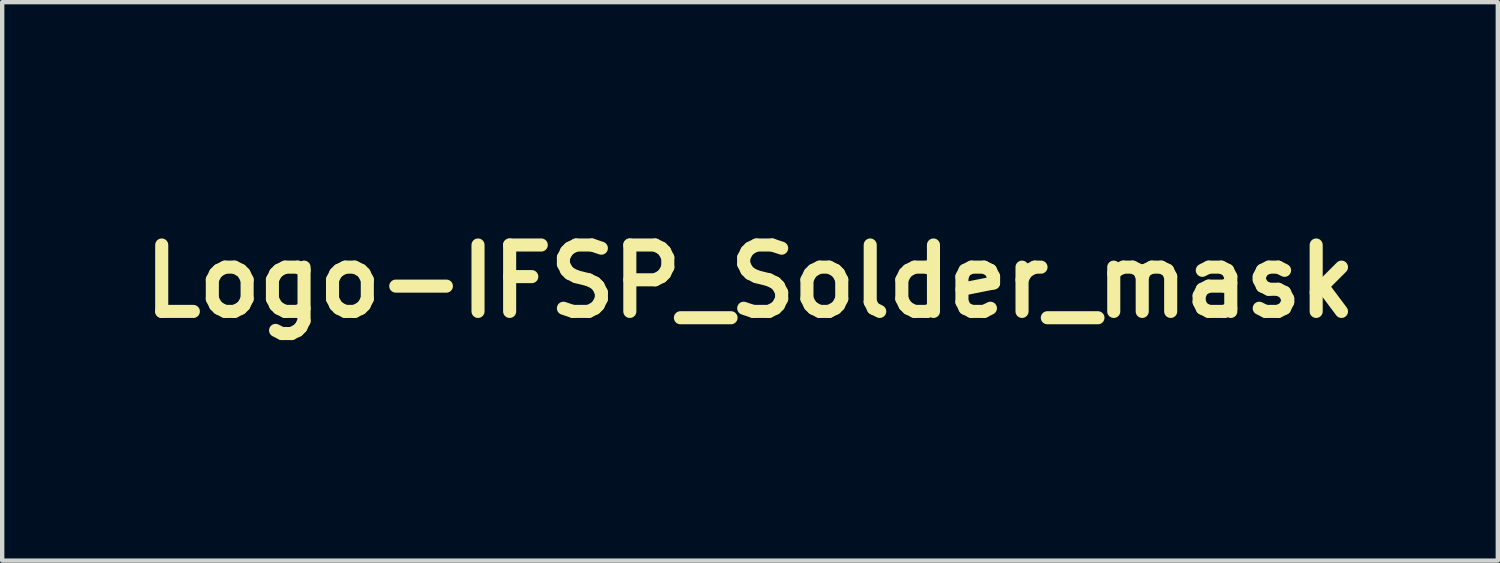
<source format=kicad_pcb>
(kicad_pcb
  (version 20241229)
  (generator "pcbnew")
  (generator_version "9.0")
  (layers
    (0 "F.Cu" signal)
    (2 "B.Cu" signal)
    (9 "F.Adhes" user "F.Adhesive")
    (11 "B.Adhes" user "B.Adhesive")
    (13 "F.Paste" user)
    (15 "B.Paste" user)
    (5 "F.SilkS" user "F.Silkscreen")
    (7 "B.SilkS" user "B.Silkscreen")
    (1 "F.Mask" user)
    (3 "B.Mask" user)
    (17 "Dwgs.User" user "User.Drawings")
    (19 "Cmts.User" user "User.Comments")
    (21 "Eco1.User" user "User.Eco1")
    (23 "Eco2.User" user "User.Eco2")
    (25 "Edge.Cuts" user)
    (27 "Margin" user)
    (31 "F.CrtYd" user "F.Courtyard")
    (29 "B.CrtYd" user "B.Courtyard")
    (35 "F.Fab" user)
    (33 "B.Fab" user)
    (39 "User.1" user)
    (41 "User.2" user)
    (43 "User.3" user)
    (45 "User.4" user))
  (footprint "Logo-IFSP_Solder_mask"
    (layer "F.Cu")
    (at 14.159 3.406)
    (property "Reference" "Logo-IFSP_Solder_mask" (at 0 0 0) (layer "F.SilkS") (effects (font (size 1.524 1.524) (thickness 0.3))))
    (attr through_hole)
    (fp_poly (pts (xy -1.732 -3.401) (xy -1.706 -3.4) (xy -1.681 -3.399) (xy -1.658 -3.397) (xy -1.638 -3.395) (xy -1.631 -3.394) (xy -1.568 -3.382) (xy -1.508 -3.365) (xy -1.449 -3.343) (xy -1.393 -3.317) (xy -1.338 -3.287) (xy -1.287 -3.252) (xy -1.238 -3.212) (xy -1.203 -3.18) (xy -1.158 -3.133) (xy -1.118 -3.084) (xy -1.083 -3.033) (xy -1.052 -2.979) (xy -1.025 -2.923) (xy -1.003 -2.864) (xy -0.985 -2.802) (xy -0.971 -2.738) (xy -0.967 -2.715) (xy -0.965 -2.696) (xy -0.963 -2.674) (xy -0.962 -2.648) (xy -0.961 -2.622) (xy -0.961 -2.594) (xy -0.962 -2.567) (xy -0.963 -2.542) (xy -0.964 -2.519) (xy -0.966 -2.501) (xy -0.966 -2.5) (xy -0.978 -2.434) (xy -0.994 -2.371) (xy -1.014 -2.311) (xy -1.039 -2.253) (xy -1.069 -2.197) (xy -1.102 -2.144) (xy -1.14 -2.094) (xy -1.182 -2.047) (xy -1.194 -2.035) (xy -1.241 -1.991) (xy -1.29 -1.952) (xy -1.342 -1.918) (xy -1.396 -1.888) (xy -1.453 -1.862) (xy -1.511 -1.841) (xy -1.571 -1.825) (xy -1.633 -1.813) (xy -1.697 -1.806) (xy -1.701 -1.806) (xy -1.719 -1.805) (xy -1.734 -1.804) (xy -1.748 -1.804) (xy -1.76 -1.804) (xy -1.774 -1.805) (xy -1.791 -1.806) (xy -1.798 -1.806) (xy -1.86 -1.813) (xy -1.922 -1.824) (xy -1.982 -1.841) (xy -2.04 -1.861) (xy -2.096 -1.887) (xy -2.149 -1.916) (xy -2.201 -1.95) (xy -2.25 -1.988) (xy -2.295 -2.03) (xy -2.338 -2.076) (xy -2.378 -2.125) (xy -2.402 -2.16) (xy -2.416 -2.181) (xy -2.43 -2.206) (xy -2.444 -2.232) (xy -2.457 -2.258) (xy -2.469 -2.282) (xy -2.473 -2.292) (xy -2.495 -2.352) (xy -2.512 -2.413) (xy -2.524 -2.474) (xy -2.532 -2.537) (xy -2.534 -2.599) (xy -2.532 -2.661) (xy -2.526 -2.724) (xy -2.514 -2.785) (xy -2.497 -2.846) (xy -2.476 -2.905) (xy -2.456 -2.951) (xy -2.426 -3.008) (xy -2.392 -3.061) (xy -2.355 -3.112) (xy -2.313 -3.159) (xy -2.268 -3.203) (xy -2.22 -3.242) (xy -2.177 -3.273) (xy -2.123 -3.306) (xy -2.067 -3.334) (xy -2.009 -3.357) (xy -1.95 -3.375) (xy -1.889 -3.389) (xy -1.826 -3.398) (xy -1.823 -3.399) (xy -1.805 -3.4) (xy -1.783 -3.401) (xy -1.758 -3.401) (xy -1.732 -3.401)) (stroke (width 0.01) (type solid)) (fill yes) (layer "F.Mask"))
    (fp_poly (pts (xy 1.536 0.038) (xy 1.593 0.039) (xy 1.655 0.039) (xy 1.722 0.039) (xy 1.737 0.039) (xy 1.798 0.039) (xy 1.854 0.039) (xy 1.905 0.039) (xy 1.952 0.039) (xy 1.994 0.039) (xy 2.033 0.039) (xy 2.067 0.039) (xy 2.098 0.04) (xy 2.126 0.04) (xy 2.151 0.04) (xy 2.173 0.04) (xy 2.192 0.041) (xy 2.209 0.041) (xy 2.223 0.041) (xy 2.236 0.042) (xy 2.246 0.042) (xy 2.255 0.043) (xy 2.263 0.044) (xy 2.27 0.045) (xy 2.275 0.045) (xy 2.28 0.046) (xy 2.284 0.048) (xy 2.289 0.049) (xy 2.293 0.05) (xy 2.297 0.052) (xy 2.301 0.053) (xy 2.305 0.054) (xy 2.339 0.068) (xy 2.371 0.087) (xy 2.402 0.11) (xy 2.43 0.136) (xy 2.456 0.167) (xy 2.478 0.2) (xy 2.493 0.225) (xy 2.505 0.253) (xy 2.516 0.283) (xy 2.525 0.314) (xy 2.528 0.326) (xy 2.534 0.352) (xy 2.534 1.355) (xy 2.528 1.381) (xy 2.516 1.425) (xy 2.501 1.466) (xy 2.481 1.503) (xy 2.458 1.538) (xy 2.431 1.569) (xy 2.426 1.575) (xy 2.396 1.602) (xy 2.364 1.625) (xy 2.331 1.642) (xy 2.296 1.656) (xy 2.259 1.664) (xy 2.253 1.665) (xy 2.247 1.666) (xy 2.237 1.666) (xy 2.222 1.666) (xy 2.203 1.667) (xy 2.18 1.667) (xy 2.154 1.667) (xy 2.124 1.668) (xy 2.091 1.668) (xy 2.056 1.668) (xy 2.018 1.668) (xy 1.979 1.669) (xy 1.937 1.669) (xy 1.894 1.669) (xy 1.85 1.669) (xy 1.805 1.669) (xy 1.759 1.669) (xy 1.713 1.669) (xy 1.667 1.669) (xy 1.622 1.669) (xy 1.577 1.669) (xy 1.533 1.669) (xy 1.491 1.669) (xy 1.449 1.668) (xy 1.41 1.668) (xy 1.373 1.668) (xy 1.338 1.668) (xy 1.306 1.667) (xy 1.278 1.667) (xy 1.252 1.667) (xy 1.23 1.666) (xy 1.212 1.666) (xy 1.198 1.666) (xy 1.189 1.665) (xy 1.186 1.665) (xy 1.149 1.657) (xy 1.114 1.644) (xy 1.08 1.626) (xy 1.048 1.604) (xy 1.018 1.577) (xy 1.017 1.576) (xy 0.99 1.545) (xy 0.966 1.511) (xy 0.946 1.475) (xy 0.93 1.435) (xy 0.917 1.392) (xy 0.914 1.379) (xy 0.908 1.353) (xy 0.908 0.354) (xy 0.914 0.328) (xy 0.926 0.284) (xy 0.941 0.244) (xy 0.96 0.206) (xy 0.982 0.172) (xy 1.007 0.141) (xy 1.034 0.114) (xy 1.065 0.091) (xy 1.098 0.071) (xy 1.133 0.056) (xy 1.17 0.046) (xy 1.201 0.041) (xy 1.207 0.04) (xy 1.216 0.04) (xy 1.229 0.04) (xy 1.246 0.039) (xy 1.267 0.039) (xy 1.292 0.039) (xy 1.322 0.039) (xy 1.355 0.039) (xy 1.394 0.039) (xy 1.437 0.039) (xy 1.484 0.038) (xy 1.536 0.038)) (stroke (width 0.01) (type solid)) (fill yes) (layer "F.Mask"))
    (fp_poly (pts (xy 1.527 -3.36) (xy 1.584 -3.36) (xy 1.646 -3.36) (xy 1.712 -3.36) (xy 1.735 -3.36) (xy 1.796 -3.36) (xy 1.852 -3.36) (xy 1.903 -3.359) (xy 1.95 -3.359) (xy 1.992 -3.359) (xy 2.031 -3.359) (xy 2.066 -3.359) (xy 2.097 -3.359) (xy 2.124 -3.359) (xy 2.149 -3.359) (xy 2.17 -3.358) (xy 2.189 -3.358) (xy 2.205 -3.358) (xy 2.219 -3.358) (xy 2.231 -3.358) (xy 2.241 -3.357) (xy 2.249 -3.357) (xy 2.255 -3.357) (xy 2.26 -3.356) (xy 2.264 -3.356) (xy 2.267 -3.355) (xy 2.27 -3.355) (xy 2.271 -3.355) (xy 2.306 -3.344) (xy 2.337 -3.332) (xy 2.365 -3.316) (xy 2.392 -3.297) (xy 2.418 -3.274) (xy 2.425 -3.268) (xy 2.452 -3.238) (xy 2.475 -3.206) (xy 2.494 -3.171) (xy 2.51 -3.134) (xy 2.523 -3.092) (xy 2.528 -3.073) (xy 2.534 -3.047) (xy 2.534 -2.043) (xy 2.528 -2.018) (xy 2.516 -1.975) (xy 2.501 -1.934) (xy 2.481 -1.896) (xy 2.458 -1.861) (xy 2.432 -1.83) (xy 2.428 -1.826) (xy 2.4 -1.8) (xy 2.371 -1.779) (xy 2.341 -1.761) (xy 2.307 -1.747) (xy 2.27 -1.736) (xy 2.267 -1.736) (xy 2.265 -1.735) (xy 2.262 -1.735) (xy 2.258 -1.734) (xy 2.254 -1.734) (xy 2.248 -1.733) (xy 2.241 -1.733) (xy 2.233 -1.733) (xy 2.223 -1.733) (xy 2.211 -1.732) (xy 2.196 -1.732) (xy 2.179 -1.732) (xy 2.16 -1.732) (xy 2.138 -1.732) (xy 2.113 -1.731) (xy 2.084 -1.731) (xy 2.053 -1.731) (xy 2.017 -1.731) (xy 1.978 -1.731) (xy 1.934 -1.731) (xy 1.886 -1.731) (xy 1.834 -1.731) (xy 1.777 -1.731) (xy 1.734 -1.731) (xy 1.683 -1.731) (xy 1.633 -1.731) (xy 1.585 -1.731) (xy 1.539 -1.731) (xy 1.494 -1.731) (xy 1.452 -1.731) (xy 1.413 -1.731) (xy 1.376 -1.731) (xy 1.343 -1.731) (xy 1.312 -1.731) (xy 1.285 -1.731) (xy 1.262 -1.731) (xy 1.243 -1.731) (xy 1.228 -1.731) (xy 1.217 -1.731) (xy 1.211 -1.731) (xy 1.21 -1.731) (xy 1.179 -1.736) (xy 1.151 -1.742) (xy 1.125 -1.751) (xy 1.101 -1.762) (xy 1.076 -1.776) (xy 1.066 -1.782) (xy 1.034 -1.806) (xy 1.006 -1.834) (xy 0.98 -1.866) (xy 0.958 -1.901) (xy 0.939 -1.939) (xy 0.924 -1.981) (xy 0.914 -2.019) (xy 0.908 -2.046) (xy 0.908 -3.042) (xy 0.914 -3.071) (xy 0.925 -3.113) (xy 0.94 -3.152) (xy 0.958 -3.189) (xy 0.979 -3.223) (xy 1.004 -3.254) (xy 1.031 -3.282) (xy 1.061 -3.305) (xy 1.093 -3.325) (xy 1.127 -3.341) (xy 1.163 -3.352) (xy 1.194 -3.358) (xy 1.199 -3.358) (xy 1.208 -3.359) (xy 1.22 -3.359) (xy 1.237 -3.359) (xy 1.258 -3.359) (xy 1.283 -3.36) (xy 1.312 -3.36) (xy 1.346 -3.36) (xy 1.384 -3.36) (xy 1.427 -3.36) (xy 1.475 -3.36) (xy 1.527 -3.36)) (stroke (width 0.01) (type solid)) (fill yes) (layer "F.Mask"))
    (fp_poly (pts (xy -1.664 0.062) (xy -1.606 0.062) (xy -1.553 0.062) (xy -1.505 0.062) (xy -1.461 0.062) (xy -1.421 0.062) (xy -1.386 0.063) (xy -1.353 0.063) (xy -1.325 0.063) (xy -1.299 0.063) (xy -1.277 0.063) (xy -1.258 0.063) (xy -1.241 0.063) (xy -1.227 0.064) (xy -1.216 0.064) (xy -1.206 0.064) (xy -1.199 0.065) (xy -1.193 0.065) (xy -1.189 0.065) (xy -1.186 0.066) (xy -1.148 0.075) (xy -1.112 0.089) (xy -1.078 0.108) (xy -1.047 0.13) (xy -1.017 0.157) (xy -0.991 0.187) (xy -0.968 0.22) (xy -0.948 0.257) (xy -0.94 0.275) (xy -0.929 0.308) (xy -0.919 0.343) (xy -0.913 0.377) (xy -0.912 0.387) (xy -0.912 0.393) (xy -0.911 0.401) (xy -0.911 0.412) (xy -0.911 0.426) (xy -0.91 0.443) (xy -0.91 0.464) (xy -0.91 0.489) (xy -0.91 0.517) (xy -0.91 0.549) (xy -0.91 0.585) (xy -0.91 0.625) (xy -0.91 0.67) (xy -0.91 0.719) (xy -0.91 0.773) (xy -0.91 0.831) (xy -0.91 0.894) (xy -0.911 1.373) (xy -0.916 1.4) (xy -0.928 1.445) (xy -0.943 1.486) (xy -0.962 1.524) (xy -0.985 1.559) (xy -1.011 1.59) (xy -1.04 1.618) (xy -1.071 1.642) (xy -1.106 1.661) (xy -1.144 1.677) (xy -1.165 1.683) (xy -1.19 1.69) (xy -1.714 1.691) (xy -1.777 1.691) (xy -1.835 1.691) (xy -1.888 1.691) (xy -1.936 1.691) (xy -1.981 1.691) (xy -2.021 1.691) (xy -2.057 1.691) (xy -2.09 1.691) (xy -2.119 1.691) (xy -2.144 1.69) (xy -2.167 1.69) (xy -2.187 1.69) (xy -2.203 1.69) (xy -2.218 1.69) (xy -2.23 1.689) (xy -2.24 1.689) (xy -2.248 1.689) (xy -2.254 1.688) (xy -2.258 1.688) (xy -2.261 1.688) (xy -2.297 1.68) (xy -2.332 1.666) (xy -2.366 1.649) (xy -2.398 1.626) (xy -2.428 1.599) (xy -2.433 1.594) (xy -2.461 1.561) (xy -2.484 1.526) (xy -2.504 1.488) (xy -2.52 1.446) (xy -2.531 1.402) (xy -2.533 1.392) (xy -2.539 1.36) (xy -2.539 0.88) (xy -2.539 0.821) (xy -2.539 0.767) (xy -2.539 0.717) (xy -2.539 0.672) (xy -2.539 0.63) (xy -2.539 0.593) (xy -2.539 0.56) (xy -2.538 0.53) (xy -2.538 0.503) (xy -2.538 0.479) (xy -2.538 0.458) (xy -2.537 0.44) (xy -2.537 0.423) (xy -2.537 0.409) (xy -2.536 0.397) (xy -2.535 0.387) (xy -2.535 0.378) (xy -2.534 0.37) (xy -2.533 0.363) (xy -2.532 0.356) (xy -2.531 0.351) (xy -2.53 0.345) (xy -2.528 0.339) (xy -2.527 0.334) (xy -2.525 0.328) (xy -2.525 0.326) (xy -2.512 0.286) (xy -2.495 0.248) (xy -2.475 0.213) (xy -2.452 0.18) (xy -2.425 0.151) (xy -2.396 0.126) (xy -2.365 0.104) (xy -2.331 0.087) (xy -2.309 0.078) (xy -2.297 0.074) (xy -2.282 0.07) (xy -2.269 0.067) (xy -2.268 0.067) (xy -2.266 0.066) (xy -2.263 0.066) (xy -2.259 0.065) (xy -2.255 0.065) (xy -2.25 0.065) (xy -2.243 0.064) (xy -2.236 0.064) (xy -2.227 0.064) (xy -2.215 0.063) (xy -2.202 0.063) (xy -2.187 0.063) (xy -2.17 0.063) (xy -2.149 0.063) (xy -2.126 0.063) (xy -2.1 0.063) (xy -2.071 0.062) (xy -2.038 0.062) (xy -2.001 0.062) (xy -1.96 0.062) (xy -1.916 0.062) (xy -1.867 0.062) (xy -1.813 0.062) (xy -1.755 0.062) (xy -1.726 0.062) (xy -1.664 0.062)) (stroke (width 0.01) (type solid)) (fill yes) (layer "F.Mask"))
    (fp_poly (pts (xy -0.179 -1.648) (xy -0.124 -1.648) (xy -0.065 -1.648) (xy -0.000038 -1.648) (xy 0.014 -1.648) (xy 0.54 -1.647) (xy 0.565 -1.64) (xy 0.588 -1.633) (xy 0.612 -1.622) (xy 0.637 -1.61) (xy 0.658 -1.597) (xy 0.662 -1.595) (xy 0.686 -1.576) (xy 0.709 -1.554) (xy 0.732 -1.528) (xy 0.752 -1.501) (xy 0.769 -1.472) (xy 0.777 -1.456) (xy 0.789 -1.428) (xy 0.8 -1.397) (xy 0.808 -1.365) (xy 0.811 -1.35) (xy 0.817 -1.32) (xy 0.817 -0.836) (xy 0.817 -0.777) (xy 0.817 -0.724) (xy 0.817 -0.675) (xy 0.817 -0.63) (xy 0.817 -0.59) (xy 0.816 -0.553) (xy 0.816 -0.521) (xy 0.816 -0.492) (xy 0.816 -0.466) (xy 0.816 -0.443) (xy 0.816 -0.423) (xy 0.816 -0.406) (xy 0.816 -0.391) (xy 0.815 -0.378) (xy 0.815 -0.367) (xy 0.815 -0.358) (xy 0.815 -0.35) (xy 0.814 -0.344) (xy 0.814 -0.338) (xy 0.813 -0.334) (xy 0.813 -0.33) (xy 0.812 -0.326) (xy 0.812 -0.324) (xy 0.803 -0.281) (xy 0.789 -0.241) (xy 0.772 -0.203) (xy 0.752 -0.168) (xy 0.729 -0.136) (xy 0.702 -0.107) (xy 0.673 -0.082) (xy 0.641 -0.061) (xy 0.608 -0.044) (xy 0.572 -0.031) (xy 0.55 -0.026) (xy 0.546 -0.025) (xy 0.543 -0.024) (xy 0.54 -0.024) (xy 0.536 -0.023) (xy 0.532 -0.023) (xy 0.527 -0.023) (xy 0.521 -0.022) (xy 0.513 -0.022) (xy 0.504 -0.022) (xy 0.493 -0.021) (xy 0.48 -0.021) (xy 0.465 -0.021) (xy 0.448 -0.021) (xy 0.428 -0.021) (xy 0.405 -0.021) (xy 0.38 -0.021) (xy 0.351 -0.021) (xy 0.318 -0.021) (xy 0.282 -0.021) (xy 0.243 -0.021) (xy 0.199 -0.021) (xy 0.15 -0.021) (xy 0.098 -0.021) (xy 0.04 -0.021) (xy 0.001 -0.021) (xy -0.05 -0.021) (xy -0.101 -0.021) (xy -0.149 -0.021) (xy -0.196 -0.021) (xy -0.241 -0.021) (xy -0.283 -0.021) (xy -0.324 -0.021) (xy -0.361 -0.021) (xy -0.395 -0.022) (xy -0.427 -0.022) (xy -0.454 -0.022) (xy -0.479 -0.022) (xy -0.499 -0.022) (xy -0.515 -0.023) (xy -0.526 -0.023) (xy -0.533 -0.023) (xy -0.535 -0.023) (xy -0.571 -0.032) (xy -0.606 -0.045) (xy -0.64 -0.063) (xy -0.671 -0.085) (xy -0.701 -0.111) (xy -0.727 -0.14) (xy -0.745 -0.165) (xy -0.767 -0.202) (xy -0.785 -0.241) (xy -0.798 -0.282) (xy -0.807 -0.325) (xy -0.81 -0.347) (xy -0.811 -0.352) (xy -0.811 -0.362) (xy -0.811 -0.377) (xy -0.811 -0.396) (xy -0.812 -0.418) (xy -0.812 -0.444) (xy -0.812 -0.473) (xy -0.812 -0.506) (xy -0.812 -0.54) (xy -0.812 -0.577) (xy -0.813 -0.616) (xy -0.813 -0.657) (xy -0.813 -0.698) (xy -0.813 -0.741) (xy -0.813 -0.785) (xy -0.813 -0.828) (xy -0.813 -0.872) (xy -0.813 -0.916) (xy -0.813 -0.959) (xy -0.813 -1.001) (xy -0.813 -1.042) (xy -0.812 -1.081) (xy -0.812 -1.119) (xy -0.812 -1.154) (xy -0.812 -1.187) (xy -0.812 -1.217) (xy -0.812 -1.244) (xy -0.811 -1.267) (xy -0.811 -1.287) (xy -0.811 -1.303) (xy -0.811 -1.314) (xy -0.81 -1.321) (xy -0.81 -1.322) (xy -0.803 -1.367) (xy -0.792 -1.409) (xy -0.776 -1.449) (xy -0.756 -1.487) (xy -0.745 -1.504) (xy -0.721 -1.537) (xy -0.693 -1.565) (xy -0.663 -1.59) (xy -0.631 -1.611) (xy -0.596 -1.628) (xy -0.56 -1.64) (xy -0.531 -1.646) (xy -0.527 -1.646) (xy -0.521 -1.646) (xy -0.511 -1.647) (xy -0.499 -1.647) (xy -0.484 -1.647) (xy -0.465 -1.648) (xy -0.443 -1.648) (xy -0.417 -1.648) (xy -0.388 -1.648) (xy -0.354 -1.648) (xy -0.317 -1.648) (xy -0.275 -1.648) (xy -0.229 -1.648) (xy -0.179 -1.648)) (stroke (width 0.01) (type solid)) (fill yes) (layer "F.Mask"))
    (fp_poly (pts (xy 0.235 0.061) (xy 0.286 0.061) (xy 0.332 0.061) (xy 0.373 0.062) (xy 0.409 0.062) (xy 0.439 0.062) (xy 0.465 0.062) (xy 0.485 0.062) (xy 0.501 0.063) (xy 0.511 0.063) (xy 0.516 0.063) (xy 0.551 0.068) (xy 0.584 0.077) (xy 0.615 0.09) (xy 0.621 0.093) (xy 0.656 0.113) (xy 0.688 0.137) (xy 0.716 0.165) (xy 0.742 0.196) (xy 0.764 0.231) (xy 0.783 0.269) (xy 0.798 0.309) (xy 0.81 0.353) (xy 0.811 0.358) (xy 0.816 0.387) (xy 0.817 0.852) (xy 0.817 0.912) (xy 0.817 0.967) (xy 0.818 1.017) (xy 0.818 1.063) (xy 0.818 1.105) (xy 0.818 1.143) (xy 0.817 1.177) (xy 0.817 1.208) (xy 0.817 1.236) (xy 0.817 1.26) (xy 0.817 1.282) (xy 0.816 1.301) (xy 0.816 1.318) (xy 0.816 1.332) (xy 0.815 1.345) (xy 0.815 1.356) (xy 0.814 1.366) (xy 0.813 1.374) (xy 0.812 1.382) (xy 0.811 1.389) (xy 0.81 1.395) (xy 0.809 1.401) (xy 0.808 1.407) (xy 0.807 1.409) (xy 0.796 1.451) (xy 0.781 1.49) (xy 0.762 1.526) (xy 0.74 1.56) (xy 0.715 1.591) (xy 0.687 1.618) (xy 0.656 1.641) (xy 0.623 1.661) (xy 0.587 1.676) (xy 0.577 1.679) (xy 0.573 1.68) (xy 0.568 1.682) (xy 0.564 1.683) (xy 0.56 1.684) (xy 0.555 1.685) (xy 0.55 1.686) (xy 0.543 1.687) (xy 0.536 1.688) (xy 0.528 1.688) (xy 0.518 1.689) (xy 0.507 1.689) (xy 0.493 1.69) (xy 0.478 1.69) (xy 0.46 1.69) (xy 0.44 1.691) (xy 0.417 1.691) (xy 0.391 1.691) (xy 0.362 1.691) (xy 0.329 1.691) (xy 0.293 1.691) (xy 0.253 1.691) (xy 0.209 1.691) (xy 0.161 1.691) (xy 0.109 1.691) (xy 0.051 1.691) (xy -0.001 1.691) (xy -0.052 1.691) (xy -0.102 1.691) (xy -0.15 1.691) (xy -0.196 1.691) (xy -0.241 1.691) (xy -0.283 1.691) (xy -0.323 1.691) (xy -0.36 1.69) (xy -0.394 1.69) (xy -0.425 1.69) (xy -0.452 1.69) (xy -0.476 1.69) (xy -0.496 1.69) (xy -0.511 1.689) (xy -0.522 1.689) (xy -0.528 1.689) (xy -0.53 1.689) (xy -0.566 1.681) (xy -0.601 1.669) (xy -0.635 1.652) (xy -0.666 1.631) (xy -0.695 1.606) (xy -0.722 1.577) (xy -0.746 1.546) (xy -0.766 1.511) (xy -0.784 1.473) (xy -0.796 1.436) (xy -0.798 1.43) (xy -0.8 1.425) (xy -0.801 1.42) (xy -0.803 1.415) (xy -0.804 1.41) (xy -0.805 1.404) (xy -0.806 1.398) (xy -0.807 1.392) (xy -0.808 1.384) (xy -0.808 1.375) (xy -0.809 1.365) (xy -0.81 1.353) (xy -0.81 1.339) (xy -0.81 1.323) (xy -0.811 1.305) (xy -0.811 1.284) (xy -0.811 1.261) (xy -0.811 1.234) (xy -0.811 1.204) (xy -0.811 1.171) (xy -0.812 1.134) (xy -0.812 1.093) (xy -0.812 1.048) (xy -0.812 0.998) (xy -0.812 0.944) (xy -0.812 0.885) (xy -0.812 0.875) (xy -0.812 0.382) (xy -0.805 0.35) (xy -0.793 0.306) (xy -0.777 0.265) (xy -0.758 0.228) (xy -0.735 0.193) (xy -0.708 0.161) (xy -0.708 0.161) (xy -0.679 0.133) (xy -0.648 0.11) (xy -0.615 0.092) (xy -0.58 0.077) (xy -0.547 0.068) (xy -0.545 0.067) (xy -0.542 0.067) (xy -0.539 0.066) (xy -0.535 0.066) (xy -0.531 0.065) (xy -0.526 0.065) (xy -0.52 0.064) (xy -0.513 0.064) (xy -0.504 0.064) (xy -0.493 0.063) (xy -0.481 0.063) (xy -0.466 0.063) (xy -0.449 0.063) (xy -0.429 0.063) (xy -0.406 0.063) (xy -0.381 0.062) (xy -0.352 0.062) (xy -0.319 0.062) (xy -0.283 0.062) (xy -0.243 0.062) (xy -0.199 0.062) (xy -0.15 0.062) (xy -0.097 0.062) (xy -0.039 0.062) (xy -0.019 0.062) (xy 0.052 0.061) (xy 0.118 0.061) (xy 0.179 0.061) (xy 0.235 0.061)) (stroke (width 0.01) (type solid)) (fill yes) (layer "F.Mask"))
    (fp_poly (pts (xy -1.484 -1.648) (xy -1.434 -1.648) (xy -1.387 -1.648) (xy -1.346 -1.648) (xy -1.309 -1.648) (xy -1.277 -1.647) (xy -1.251 -1.647) (xy -1.229 -1.647) (xy -1.212 -1.647) (xy -1.2 -1.647) (xy -1.193 -1.646) (xy -1.191 -1.646) (xy -1.154 -1.638) (xy -1.119 -1.625) (xy -1.085 -1.607) (xy -1.053 -1.586) (xy -1.023 -1.56) (xy -0.995 -1.53) (xy -0.971 -1.497) (xy -0.97 -1.495) (xy -0.953 -1.464) (xy -0.938 -1.43) (xy -0.926 -1.394) (xy -0.917 -1.356) (xy -0.912 -1.325) (xy -0.912 -1.32) (xy -0.911 -1.309) (xy -0.911 -1.294) (xy -0.911 -1.275) (xy -0.911 -1.253) (xy -0.91 -1.226) (xy -0.91 -1.197) (xy -0.91 -1.164) (xy -0.91 -1.129) (xy -0.91 -1.092) (xy -0.909 -1.053) (xy -0.909 -1.012) (xy -0.909 -0.97) (xy -0.909 -0.927) (xy -0.909 -0.884) (xy -0.909 -0.839) (xy -0.909 -0.795) (xy -0.909 -0.752) (xy -0.909 -0.708) (xy -0.909 -0.666) (xy -0.909 -0.625) (xy -0.91 -0.586) (xy -0.91 -0.548) (xy -0.91 -0.512) (xy -0.91 -0.479) (xy -0.91 -0.449) (xy -0.91 -0.422) (xy -0.911 -0.398) (xy -0.911 -0.378) (xy -0.911 -0.363) (xy -0.912 -0.351) (xy -0.912 -0.344) (xy -0.912 -0.343) (xy -0.919 -0.301) (xy -0.93 -0.261) (xy -0.945 -0.222) (xy -0.963 -0.186) (xy -0.985 -0.152) (xy -1.01 -0.122) (xy -1.038 -0.095) (xy -1.069 -0.071) (xy -1.102 -0.052) (xy -1.137 -0.036) (xy -1.139 -0.036) (xy -1.144 -0.034) (xy -1.148 -0.032) (xy -1.153 -0.031) (xy -1.157 -0.03) (xy -1.161 -0.028) (xy -1.166 -0.027) (xy -1.171 -0.026) (xy -1.178 -0.025) (xy -1.185 -0.024) (xy -1.194 -0.024) (xy -1.204 -0.023) (xy -1.216 -0.023) (xy -1.229 -0.022) (xy -1.245 -0.022) (xy -1.263 -0.021) (xy -1.284 -0.021) (xy -1.308 -0.021) (xy -1.334 -0.021) (xy -1.364 -0.021) (xy -1.397 -0.021) (xy -1.434 -0.02) (xy -1.475 -0.02) (xy -1.519 -0.02) (xy -1.568 -0.02) (xy -1.622 -0.02) (xy -1.68 -0.02) (xy -1.727 -0.02) (xy -1.788 -0.021) (xy -1.843 -0.021) (xy -1.895 -0.021) (xy -1.941 -0.021) (xy -1.984 -0.021) (xy -2.022 -0.021) (xy -2.057 -0.021) (xy -2.088 -0.021) (xy -2.116 -0.021) (xy -2.14 -0.021) (xy -2.162 -0.021) (xy -2.181 -0.021) (xy -2.197 -0.022) (xy -2.211 -0.022) (xy -2.223 -0.022) (xy -2.234 -0.022) (xy -2.242 -0.022) (xy -2.249 -0.023) (xy -2.255 -0.023) (xy -2.259 -0.024) (xy -2.263 -0.024) (xy -2.267 -0.024) (xy -2.27 -0.025) (xy -2.272 -0.025) (xy -2.309 -0.036) (xy -2.345 -0.051) (xy -2.378 -0.07) (xy -2.409 -0.094) (xy -2.438 -0.121) (xy -2.463 -0.153) (xy -2.486 -0.187) (xy -2.498 -0.212) (xy -2.513 -0.246) (xy -2.524 -0.279) (xy -2.532 -0.314) (xy -2.537 -0.352) (xy -2.538 -0.364) (xy -2.538 -0.371) (xy -2.538 -0.383) (xy -2.538 -0.398) (xy -2.539 -0.418) (xy -2.539 -0.442) (xy -2.539 -0.469) (xy -2.539 -0.499) (xy -2.539 -0.532) (xy -2.539 -0.568) (xy -2.539 -0.606) (xy -2.54 -0.645) (xy -2.54 -0.686) (xy -2.54 -0.728) (xy -2.54 -0.771) (xy -2.54 -0.814) (xy -2.54 -0.857) (xy -2.54 -0.901) (xy -2.54 -0.943) (xy -2.54 -0.985) (xy -2.54 -1.026) (xy -2.539 -1.066) (xy -2.539 -1.103) (xy -2.539 -1.138) (xy -2.539 -1.171) (xy -2.539 -1.201) (xy -2.539 -1.228) (xy -2.539 -1.252) (xy -2.538 -1.271) (xy -2.538 -1.287) (xy -2.538 -1.298) (xy -2.538 -1.304) (xy -2.534 -1.342) (xy -2.527 -1.377) (xy -2.517 -1.41) (xy -2.504 -1.444) (xy -2.498 -1.457) (xy -2.477 -1.495) (xy -2.453 -1.529) (xy -2.425 -1.561) (xy -2.393 -1.588) (xy -2.377 -1.6) (xy -2.363 -1.608) (xy -2.346 -1.617) (xy -2.327 -1.625) (xy -2.309 -1.633) (xy -2.291 -1.639) (xy -2.287 -1.64) (xy -2.262 -1.647) (xy -1.735 -1.648) (xy -1.665 -1.648) (xy -1.6 -1.648) (xy -1.54 -1.648) (xy -1.484 -1.648)) (stroke (width 0.01) (type solid)) (fill yes) (layer "F.Mask"))
    (fp_poly (pts (xy -0.204 -3.36) (xy -0.152 -3.36) (xy -0.095 -3.36) (xy -0.034 -3.36) (xy 0.018 -3.36) (xy 0.078 -3.36) (xy 0.133 -3.36) (xy 0.184 -3.36) (xy 0.23 -3.359) (xy 0.273 -3.359) (xy 0.311 -3.359) (xy 0.345 -3.359) (xy 0.376 -3.359) (xy 0.403 -3.359) (xy 0.427 -3.359) (xy 0.448 -3.359) (xy 0.467 -3.358) (xy 0.483 -3.358) (xy 0.497 -3.358) (xy 0.508 -3.358) (xy 0.518 -3.358) (xy 0.526 -3.357) (xy 0.533 -3.357) (xy 0.538 -3.357) (xy 0.543 -3.356) (xy 0.546 -3.356) (xy 0.549 -3.355) (xy 0.552 -3.355) (xy 0.554 -3.354) (xy 0.556 -3.354) (xy 0.594 -3.342) (xy 0.63 -3.325) (xy 0.664 -3.304) (xy 0.695 -3.279) (xy 0.723 -3.25) (xy 0.748 -3.218) (xy 0.769 -3.182) (xy 0.773 -3.174) (xy 0.787 -3.143) (xy 0.798 -3.114) (xy 0.806 -3.084) (xy 0.812 -3.053) (xy 0.815 -3.02) (xy 0.816 -3.013) (xy 0.816 -3.002) (xy 0.816 -2.987) (xy 0.817 -2.969) (xy 0.817 -2.946) (xy 0.817 -2.918) (xy 0.817 -2.887) (xy 0.817 -2.851) (xy 0.817 -2.81) (xy 0.817 -2.765) (xy 0.817 -2.716) (xy 0.817 -2.661) (xy 0.817 -2.602) (xy 0.817 -2.537) (xy 0.817 -2.521) (xy 0.817 -2.464) (xy 0.817 -2.412) (xy 0.817 -2.364) (xy 0.817 -2.321) (xy 0.817 -2.282) (xy 0.817 -2.247) (xy 0.816 -2.216) (xy 0.816 -2.188) (xy 0.816 -2.163) (xy 0.816 -2.141) (xy 0.816 -2.123) (xy 0.816 -2.106) (xy 0.815 -2.092) (xy 0.815 -2.08) (xy 0.815 -2.07) (xy 0.815 -2.062) (xy 0.814 -2.055) (xy 0.814 -2.049) (xy 0.813 -2.044) (xy 0.813 -2.04) (xy 0.812 -2.036) (xy 0.812 -2.033) (xy 0.811 -2.029) (xy 0.811 -2.028) (xy 0.8 -1.984) (xy 0.786 -1.943) (xy 0.767 -1.905) (xy 0.746 -1.87) (xy 0.721 -1.838) (xy 0.692 -1.81) (xy 0.661 -1.785) (xy 0.628 -1.765) (xy 0.591 -1.748) (xy 0.552 -1.737) (xy 0.548 -1.735) (xy 0.545 -1.735) (xy 0.542 -1.734) (xy 0.538 -1.734) (xy 0.533 -1.734) (xy 0.526 -1.733) (xy 0.519 -1.733) (xy 0.509 -1.733) (xy 0.497 -1.733) (xy 0.484 -1.732) (xy 0.468 -1.732) (xy 0.449 -1.732) (xy 0.428 -1.732) (xy 0.403 -1.732) (xy 0.376 -1.731) (xy 0.345 -1.731) (xy 0.31 -1.731) (xy 0.272 -1.731) (xy 0.229 -1.731) (xy 0.183 -1.731) (xy 0.132 -1.731) (xy 0.076 -1.731) (xy 0.015 -1.731) (xy -0.036 -1.731) (xy -0.085 -1.731) (xy -0.133 -1.731) (xy -0.18 -1.731) (xy -0.224 -1.731) (xy -0.266 -1.731) (xy -0.306 -1.731) (xy -0.343 -1.731) (xy -0.377 -1.731) (xy -0.407 -1.731) (xy -0.434 -1.731) (xy -0.458 -1.731) (xy -0.477 -1.731) (xy -0.493 -1.731) (xy -0.503 -1.731) (xy -0.509 -1.731) (xy -0.511 -1.731) (xy -0.548 -1.737) (xy -0.584 -1.747) (xy -0.618 -1.762) (xy -0.651 -1.781) (xy -0.682 -1.805) (xy -0.71 -1.832) (xy -0.736 -1.863) (xy -0.758 -1.897) (xy -0.77 -1.919) (xy -0.784 -1.95) (xy -0.795 -1.982) (xy -0.804 -2.018) (xy -0.805 -2.019) (xy -0.812 -2.051) (xy -0.812 -2.544) (xy -0.812 -2.603) (xy -0.812 -2.658) (xy -0.812 -2.708) (xy -0.812 -2.754) (xy -0.812 -2.796) (xy -0.811 -2.834) (xy -0.811 -2.867) (xy -0.811 -2.898) (xy -0.811 -2.925) (xy -0.811 -2.949) (xy -0.811 -2.97) (xy -0.81 -2.989) (xy -0.81 -3.005) (xy -0.81 -3.02) (xy -0.809 -3.032) (xy -0.808 -3.042) (xy -0.808 -3.051) (xy -0.807 -3.059) (xy -0.806 -3.066) (xy -0.805 -3.072) (xy -0.804 -3.078) (xy -0.803 -3.083) (xy -0.801 -3.088) (xy -0.8 -3.093) (xy -0.798 -3.098) (xy -0.797 -3.104) (xy -0.796 -3.105) (xy -0.782 -3.145) (xy -0.765 -3.183) (xy -0.744 -3.218) (xy -0.72 -3.249) (xy -0.693 -3.277) (xy -0.663 -3.302) (xy -0.631 -3.322) (xy -0.597 -3.339) (xy -0.562 -3.35) (xy -0.525 -3.358) (xy -0.523 -3.358) (xy -0.519 -3.358) (xy -0.511 -3.358) (xy -0.501 -3.359) (xy -0.488 -3.359) (xy -0.471 -3.359) (xy -0.451 -3.359) (xy -0.428 -3.36) (xy -0.4 -3.36) (xy -0.369 -3.36) (xy -0.335 -3.36) (xy -0.295 -3.36) (xy -0.252 -3.36) (xy -0.204 -3.36)) (stroke (width 0.01) (type solid)) (fill yes) (layer "F.Mask"))
    (fp_poly (pts (xy -0.073 1.773) (xy -0.013 1.773) (xy 0.003 1.773) (xy 0.067 1.773) (xy 0.128 1.773) (xy 0.185 1.773) (xy 0.238 1.773) (xy 0.287 1.773) (xy 0.332 1.773) (xy 0.372 1.774) (xy 0.408 1.774) (xy 0.44 1.774) (xy 0.467 1.774) (xy 0.489 1.774) (xy 0.507 1.775) (xy 0.519 1.775) (xy 0.527 1.775) (xy 0.53 1.776) (xy 0.568 1.783) (xy 0.604 1.796) (xy 0.638 1.813) (xy 0.67 1.834) (xy 0.701 1.86) (xy 0.725 1.886) (xy 0.745 1.911) (xy 0.762 1.939) (xy 0.773 1.96) (xy 0.787 1.99) (xy 0.798 2.02) (xy 0.806 2.049) (xy 0.812 2.08) (xy 0.815 2.113) (xy 0.816 2.12) (xy 0.816 2.131) (xy 0.816 2.146) (xy 0.817 2.165) (xy 0.817 2.188) (xy 0.817 2.215) (xy 0.817 2.246) (xy 0.817 2.282) (xy 0.817 2.323) (xy 0.817 2.368) (xy 0.817 2.418) (xy 0.817 2.472) (xy 0.817 2.532) (xy 0.817 2.596) (xy 0.817 2.612) (xy 0.817 2.669) (xy 0.817 2.722) (xy 0.817 2.769) (xy 0.817 2.812) (xy 0.817 2.851) (xy 0.817 2.886) (xy 0.816 2.918) (xy 0.816 2.946) (xy 0.816 2.97) (xy 0.816 2.992) (xy 0.816 3.011) (xy 0.816 3.027) (xy 0.815 3.041) (xy 0.815 3.053) (xy 0.815 3.063) (xy 0.815 3.072) (xy 0.814 3.079) (xy 0.814 3.084) (xy 0.813 3.089) (xy 0.813 3.094) (xy 0.812 3.097) (xy 0.812 3.101) (xy 0.811 3.104) (xy 0.811 3.105) (xy 0.8 3.15) (xy 0.785 3.192) (xy 0.766 3.231) (xy 0.743 3.267) (xy 0.717 3.299) (xy 0.713 3.303) (xy 0.683 3.331) (xy 0.651 3.355) (xy 0.617 3.374) (xy 0.579 3.389) (xy 0.548 3.398) (xy 0.545 3.398) (xy 0.542 3.399) (xy 0.538 3.399) (xy 0.533 3.4) (xy 0.526 3.4) (xy 0.519 3.4) (xy 0.509 3.401) (xy 0.497 3.401) (xy 0.484 3.401) (xy 0.468 3.401) (xy 0.449 3.401) (xy 0.428 3.402) (xy 0.404 3.402) (xy 0.376 3.402) (xy 0.345 3.402) (xy 0.311 3.402) (xy 0.272 3.402) (xy 0.23 3.402) (xy 0.184 3.402) (xy 0.133 3.402) (xy 0.077 3.402) (xy 0.016 3.402) (xy 0.014 3.402) (xy -0.037 3.403) (xy -0.087 3.403) (xy -0.135 3.403) (xy -0.181 3.403) (xy -0.225 3.403) (xy -0.267 3.403) (xy -0.307 3.403) (xy -0.343 3.403) (xy -0.377 3.402) (xy -0.407 3.402) (xy -0.434 3.402) (xy -0.458 3.402) (xy -0.477 3.402) (xy -0.492 3.402) (xy -0.502 3.402) (xy -0.508 3.402) (xy -0.509 3.402) (xy -0.536 3.398) (xy -0.56 3.393) (xy -0.581 3.387) (xy -0.602 3.379) (xy -0.62 3.371) (xy -0.649 3.354) (xy -0.677 3.333) (xy -0.704 3.308) (xy -0.707 3.304) (xy -0.734 3.273) (xy -0.757 3.24) (xy -0.775 3.204) (xy -0.791 3.165) (xy -0.803 3.123) (xy -0.805 3.114) (xy -0.812 3.082) (xy -0.812 2.59) (xy -0.812 2.53) (xy -0.812 2.475) (xy -0.812 2.425) (xy -0.812 2.379) (xy -0.812 2.337) (xy -0.811 2.3) (xy -0.811 2.266) (xy -0.811 2.235) (xy -0.811 2.208) (xy -0.811 2.184) (xy -0.811 2.163) (xy -0.81 2.144) (xy -0.81 2.128) (xy -0.81 2.114) (xy -0.809 2.102) (xy -0.808 2.091) (xy -0.808 2.082) (xy -0.807 2.074) (xy -0.806 2.067) (xy -0.805 2.061) (xy -0.804 2.056) (xy -0.803 2.051) (xy -0.801 2.046) (xy -0.8 2.041) (xy -0.798 2.035) (xy -0.797 2.029) (xy -0.796 2.028) (xy -0.782 1.988) (xy -0.764 1.95) (xy -0.743 1.914) (xy -0.718 1.883) (xy -0.691 1.854) (xy -0.66 1.83) (xy -0.628 1.809) (xy -0.592 1.793) (xy -0.58 1.788) (xy -0.575 1.786) (xy -0.57 1.785) (xy -0.565 1.783) (xy -0.561 1.782) (xy -0.556 1.781) (xy -0.551 1.78) (xy -0.545 1.779) (xy -0.538 1.778) (xy -0.53 1.777) (xy -0.52 1.776) (xy -0.51 1.776) (xy -0.497 1.775) (xy -0.482 1.775) (xy -0.466 1.774) (xy -0.446 1.774) (xy -0.425 1.774) (xy -0.4 1.773) (xy -0.372 1.773) (xy -0.341 1.773) (xy -0.306 1.773) (xy -0.268 1.773) (xy -0.226 1.773) (xy -0.18 1.773) (xy -0.129 1.773) (xy -0.073 1.773)) (stroke (width 0.01) (type solid)) (fill yes) (layer "F.Mask"))
    (fp_poly (pts (xy -1.46 1.773) (xy -1.418 1.773) (xy -1.38 1.773) (xy -1.346 1.773) (xy -1.316 1.774) (xy -1.289 1.774) (xy -1.267 1.774) (xy -1.247 1.774) (xy -1.232 1.774) (xy -1.219 1.775) (xy -1.209 1.775) (xy -1.202 1.775) (xy -1.199 1.776) (xy -1.161 1.783) (xy -1.125 1.795) (xy -1.09 1.811) (xy -1.058 1.833) (xy -1.027 1.858) (xy -1.021 1.864) (xy -0.993 1.895) (xy -0.97 1.929) (xy -0.95 1.965) (xy -0.933 2.004) (xy -0.92 2.047) (xy -0.916 2.064) (xy -0.911 2.089) (xy -0.91 2.569) (xy -0.91 2.632) (xy -0.91 2.691) (xy -0.91 2.744) (xy -0.91 2.793) (xy -0.91 2.838) (xy -0.91 2.878) (xy -0.91 2.914) (xy -0.91 2.946) (xy -0.91 2.974) (xy -0.91 2.999) (xy -0.91 3.02) (xy -0.911 3.037) (xy -0.911 3.051) (xy -0.911 3.063) (xy -0.912 3.071) (xy -0.912 3.076) (xy -0.912 3.077) (xy -0.919 3.119) (xy -0.929 3.16) (xy -0.944 3.199) (xy -0.962 3.235) (xy -0.984 3.268) (xy -1.008 3.299) (xy -1.036 3.326) (xy -1.066 3.349) (xy -1.098 3.369) (xy -1.133 3.384) (xy -1.162 3.393) (xy -1.166 3.394) (xy -1.17 3.395) (xy -1.174 3.396) (xy -1.178 3.397) (xy -1.183 3.398) (xy -1.189 3.399) (xy -1.195 3.399) (xy -1.203 3.4) (xy -1.212 3.4) (xy -1.222 3.401) (xy -1.233 3.401) (xy -1.247 3.402) (xy -1.262 3.402) (xy -1.28 3.402) (xy -1.3 3.403) (xy -1.323 3.403) (xy -1.348 3.403) (xy -1.377 3.403) (xy -1.408 3.403) (xy -1.443 3.403) (xy -1.481 3.403) (xy -1.523 3.403) (xy -1.569 3.404) (xy -1.619 3.404) (xy -1.673 3.404) (xy -1.732 3.404) (xy -1.795 3.404) (xy -1.864 3.404) (xy -1.883 3.404) (xy -2.54 3.403) (xy -2.54 3.242) (xy -2.54 3.08) (xy -2.535 3.105) (xy -2.525 3.148) (xy -2.512 3.188) (xy -2.494 3.226) (xy -2.474 3.261) (xy -2.45 3.293) (xy -2.423 3.321) (xy -2.393 3.346) (xy -2.36 3.367) (xy -2.329 3.382) (xy -2.317 3.387) (xy -2.303 3.391) (xy -2.289 3.395) (xy -2.277 3.399) (xy -2.267 3.4) (xy -2.262 3.401) (xy -2.26 3.4) (xy -2.263 3.399) (xy -2.27 3.398) (xy -2.271 3.397) (xy -2.307 3.388) (xy -2.341 3.373) (xy -2.374 3.355) (xy -2.404 3.332) (xy -2.432 3.306) (xy -2.458 3.277) (xy -2.48 3.244) (xy -2.5 3.209) (xy -2.515 3.172) (xy -2.527 3.132) (xy -2.531 3.114) (xy -2.532 3.108) (xy -2.533 3.101) (xy -2.534 3.094) (xy -2.535 3.086) (xy -2.536 3.078) (xy -2.536 3.068) (xy -2.537 3.056) (xy -2.538 3.043) (xy -2.538 3.028) (xy -2.538 3.011) (xy -2.539 2.991) (xy -2.539 2.969) (xy -2.539 2.944) (xy -2.539 2.916) (xy -2.54 2.885) (xy -2.54 2.851) (xy -2.54 2.812) (xy -2.54 2.77) (xy -2.54 2.723) (xy -2.54 2.673) (xy -2.539 2.617) (xy -2.539 2.557) (xy -2.539 2.555) (xy -2.539 2.499) (xy -2.539 2.447) (xy -2.539 2.4) (xy -2.539 2.358) (xy -2.539 2.319) (xy -2.539 2.285) (xy -2.539 2.254) (xy -2.538 2.226) (xy -2.538 2.202) (xy -2.538 2.181) (xy -2.538 2.162) (xy -2.538 2.147) (xy -2.537 2.133) (xy -2.537 2.121) (xy -2.537 2.112) (xy -2.537 2.103) (xy -2.536 2.097) (xy -2.536 2.091) (xy -2.535 2.086) (xy -2.535 2.082) (xy -2.534 2.078) (xy -2.534 2.075) (xy -2.533 2.071) (xy -2.533 2.071) (xy -2.522 2.026) (xy -2.507 1.984) (xy -2.488 1.945) (xy -2.464 1.908) (xy -2.437 1.875) (xy -2.432 1.869) (xy -2.403 1.843) (xy -2.373 1.82) (xy -2.341 1.802) (xy -2.306 1.788) (xy -2.274 1.779) (xy -2.272 1.778) (xy -2.269 1.778) (xy -2.265 1.777) (xy -2.26 1.777) (xy -2.255 1.777) (xy -2.247 1.776) (xy -2.239 1.776) (xy -2.228 1.776) (xy -2.215 1.775) (xy -2.2 1.775) (xy -2.183 1.775) (xy -2.163 1.775) (xy -2.14 1.775) (xy -2.114 1.775) (xy -2.085 1.774) (xy -2.052 1.774) (xy -2.016 1.774) (xy -1.975 1.774) (xy -1.931 1.774) (xy -1.882 1.774) (xy -1.828 1.774) (xy -1.77 1.774) (xy -1.74 1.774) (xy -1.674 1.773) (xy -1.614 1.773) (xy -1.558 1.773) (xy -1.507 1.773) (xy -1.46 1.773)) (stroke (width 0.01) (type solid)) (fill yes) (layer "F.Mask")))
  (gr_rect
    (start -3 -3)
    (end 31.317 9.814)
    (stroke (width 0.1) (type default))
    (fill no)
    (layer "Edge.Cuts")))
</source>
